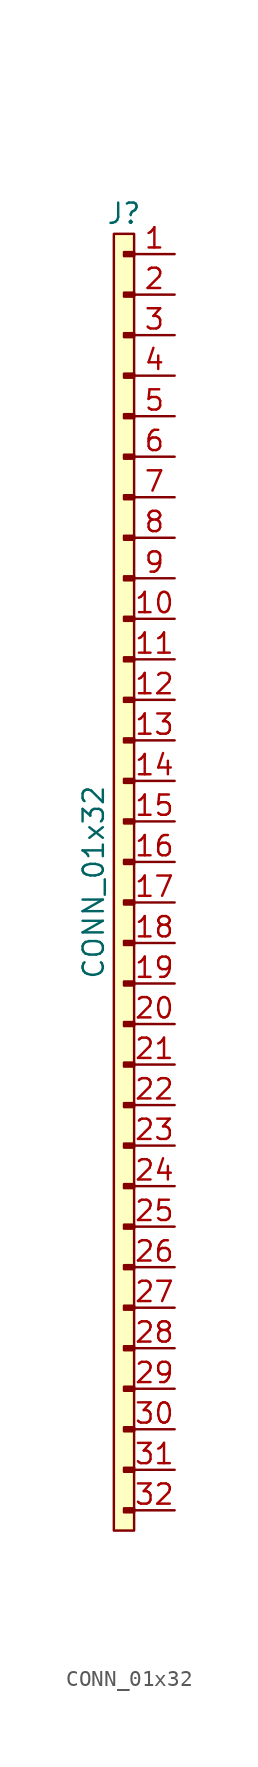
<source format=kicad_sym>
(kicad_symbol_lib
  (version 20211014)
  (generator agg_kicad.build_lib_connector)
  (symbol "CONN_01x32"
    (pin_names hide)
    (property Reference J
      (at -0.635 2.54 0)
      (effects (font (size 1.27 1.27))))
    (property Value "CONN_01x32"
      (at -2.54 -39.37 90)
      (effects (font (size 1.27 1.27))))
    (rectangle
      (start 0 -80.01)
      (end -1.27 1.27)
      (stroke (width 0) (type default) (color 0 0 0 0))
      (fill (type background)))
    (rectangle
      (start 0 0.127)
      (end -0.635 -0.127)
      (stroke (width 0) (type default) (color 0 0 0 0))
      (fill (type outline)))
    (rectangle
      (start 0 -2.413)
      (end -0.635 -2.667)
      (stroke (width 0) (type default) (color 0 0 0 0))
      (fill (type outline)))
    (rectangle
      (start 0 -4.953)
      (end -0.635 -5.207)
      (stroke (width 0) (type default) (color 0 0 0 0))
      (fill (type outline)))
    (rectangle
      (start 0 -7.493)
      (end -0.635 -7.747)
      (stroke (width 0) (type default) (color 0 0 0 0))
      (fill (type outline)))
    (rectangle
      (start 0 -10.033)
      (end -0.635 -10.287)
      (stroke (width 0) (type default) (color 0 0 0 0))
      (fill (type outline)))
    (rectangle
      (start 0 -12.573)
      (end -0.635 -12.827)
      (stroke (width 0) (type default) (color 0 0 0 0))
      (fill (type outline)))
    (rectangle
      (start 0 -15.113)
      (end -0.635 -15.367)
      (stroke (width 0) (type default) (color 0 0 0 0))
      (fill (type outline)))
    (rectangle
      (start 0 -17.653)
      (end -0.635 -17.907)
      (stroke (width 0) (type default) (color 0 0 0 0))
      (fill (type outline)))
    (rectangle
      (start 0 -20.193)
      (end -0.635 -20.447)
      (stroke (width 0) (type default) (color 0 0 0 0))
      (fill (type outline)))
    (rectangle
      (start 0 -22.733)
      (end -0.635 -22.987)
      (stroke (width 0) (type default) (color 0 0 0 0))
      (fill (type outline)))
    (rectangle
      (start 0 -25.273)
      (end -0.635 -25.527)
      (stroke (width 0) (type default) (color 0 0 0 0))
      (fill (type outline)))
    (rectangle
      (start 0 -27.813)
      (end -0.635 -28.067)
      (stroke (width 0) (type default) (color 0 0 0 0))
      (fill (type outline)))
    (rectangle
      (start 0 -30.353)
      (end -0.635 -30.607)
      (stroke (width 0) (type default) (color 0 0 0 0))
      (fill (type outline)))
    (rectangle
      (start 0 -32.893)
      (end -0.635 -33.147)
      (stroke (width 0) (type default) (color 0 0 0 0))
      (fill (type outline)))
    (rectangle
      (start 0 -35.433)
      (end -0.635 -35.687)
      (stroke (width 0) (type default) (color 0 0 0 0))
      (fill (type outline)))
    (rectangle
      (start 0 -37.973)
      (end -0.635 -38.227)
      (stroke (width 0) (type default) (color 0 0 0 0))
      (fill (type outline)))
    (rectangle
      (start 0 -40.513)
      (end -0.635 -40.767)
      (stroke (width 0) (type default) (color 0 0 0 0))
      (fill (type outline)))
    (rectangle
      (start 0 -43.053)
      (end -0.635 -43.307)
      (stroke (width 0) (type default) (color 0 0 0 0))
      (fill (type outline)))
    (rectangle
      (start 0 -45.593)
      (end -0.635 -45.847)
      (stroke (width 0) (type default) (color 0 0 0 0))
      (fill (type outline)))
    (rectangle
      (start 0 -48.133)
      (end -0.635 -48.387)
      (stroke (width 0) (type default) (color 0 0 0 0))
      (fill (type outline)))
    (rectangle
      (start 0 -50.673)
      (end -0.635 -50.927)
      (stroke (width 0) (type default) (color 0 0 0 0))
      (fill (type outline)))
    (rectangle
      (start 0 -53.213)
      (end -0.635 -53.467)
      (stroke (width 0) (type default) (color 0 0 0 0))
      (fill (type outline)))
    (rectangle
      (start 0 -55.753)
      (end -0.635 -56.007)
      (stroke (width 0) (type default) (color 0 0 0 0))
      (fill (type outline)))
    (rectangle
      (start 0 -58.293)
      (end -0.635 -58.547)
      (stroke (width 0) (type default) (color 0 0 0 0))
      (fill (type outline)))
    (rectangle
      (start 0 -60.833)
      (end -0.635 -61.087)
      (stroke (width 0) (type default) (color 0 0 0 0))
      (fill (type outline)))
    (rectangle
      (start 0 -63.373)
      (end -0.635 -63.627)
      (stroke (width 0) (type default) (color 0 0 0 0))
      (fill (type outline)))
    (rectangle
      (start 0 -65.913)
      (end -0.635 -66.167)
      (stroke (width 0) (type default) (color 0 0 0 0))
      (fill (type outline)))
    (rectangle
      (start 0 -68.453)
      (end -0.635 -68.707)
      (stroke (width 0) (type default) (color 0 0 0 0))
      (fill (type outline)))
    (rectangle
      (start 0 -70.993)
      (end -0.635 -71.247)
      (stroke (width 0) (type default) (color 0 0 0 0))
      (fill (type outline)))
    (rectangle
      (start 0 -73.533)
      (end -0.635 -73.787)
      (stroke (width 0) (type default) (color 0 0 0 0))
      (fill (type outline)))
    (rectangle
      (start 0 -76.073)
      (end -0.635 -76.327)
      (stroke (width 0) (type default) (color 0 0 0 0))
      (fill (type outline)))
    (rectangle
      (start 0 -78.613)
      (end -0.635 -78.867)
      (stroke (width 0) (type default) (color 0 0 0 0))
      (fill (type outline)))
    (pin passive line
      (at 2.54 0 180)
      (length 2.54)
      (name "1" (effects (font (size 1.27 1.27))))
      (number "1" (effects (font (size 1.27 1.27)))))
    (pin passive line
      (at 2.54 -2.54 180)
      (length 2.54)
      (name "2" (effects (font (size 1.27 1.27))))
      (number "2" (effects (font (size 1.27 1.27)))))
    (pin passive line
      (at 2.54 -5.08 180)
      (length 2.54)
      (name "3" (effects (font (size 1.27 1.27))))
      (number "3" (effects (font (size 1.27 1.27)))))
    (pin passive line
      (at 2.54 -7.62 180)
      (length 2.54)
      (name "4" (effects (font (size 1.27 1.27))))
      (number "4" (effects (font (size 1.27 1.27)))))
    (pin passive line
      (at 2.54 -10.16 180)
      (length 2.54)
      (name "5" (effects (font (size 1.27 1.27))))
      (number "5" (effects (font (size 1.27 1.27)))))
    (pin passive line
      (at 2.54 -12.7 180)
      (length 2.54)
      (name "6" (effects (font (size 1.27 1.27))))
      (number "6" (effects (font (size 1.27 1.27)))))
    (pin passive line
      (at 2.54 -15.24 180)
      (length 2.54)
      (name "7" (effects (font (size 1.27 1.27))))
      (number "7" (effects (font (size 1.27 1.27)))))
    (pin passive line
      (at 2.54 -17.78 180)
      (length 2.54)
      (name "8" (effects (font (size 1.27 1.27))))
      (number "8" (effects (font (size 1.27 1.27)))))
    (pin passive line
      (at 2.54 -20.32 180)
      (length 2.54)
      (name "9" (effects (font (size 1.27 1.27))))
      (number "9" (effects (font (size 1.27 1.27)))))
    (pin passive line
      (at 2.54 -22.86 180)
      (length 2.54)
      (name "10" (effects (font (size 1.27 1.27))))
      (number "10" (effects (font (size 1.27 1.27)))))
    (pin passive line
      (at 2.54 -25.4 180)
      (length 2.54)
      (name "11" (effects (font (size 1.27 1.27))))
      (number "11" (effects (font (size 1.27 1.27)))))
    (pin passive line
      (at 2.54 -27.94 180)
      (length 2.54)
      (name "12" (effects (font (size 1.27 1.27))))
      (number "12" (effects (font (size 1.27 1.27)))))
    (pin passive line
      (at 2.54 -30.48 180)
      (length 2.54)
      (name "13" (effects (font (size 1.27 1.27))))
      (number "13" (effects (font (size 1.27 1.27)))))
    (pin passive line
      (at 2.54 -33.02 180)
      (length 2.54)
      (name "14" (effects (font (size 1.27 1.27))))
      (number "14" (effects (font (size 1.27 1.27)))))
    (pin passive line
      (at 2.54 -35.56 180)
      (length 2.54)
      (name "15" (effects (font (size 1.27 1.27))))
      (number "15" (effects (font (size 1.27 1.27)))))
    (pin passive line
      (at 2.54 -38.1 180)
      (length 2.54)
      (name "16" (effects (font (size 1.27 1.27))))
      (number "16" (effects (font (size 1.27 1.27)))))
    (pin passive line
      (at 2.54 -40.64 180)
      (length 2.54)
      (name "17" (effects (font (size 1.27 1.27))))
      (number "17" (effects (font (size 1.27 1.27)))))
    (pin passive line
      (at 2.54 -43.18 180)
      (length 2.54)
      (name "18" (effects (font (size 1.27 1.27))))
      (number "18" (effects (font (size 1.27 1.27)))))
    (pin passive line
      (at 2.54 -45.72 180)
      (length 2.54)
      (name "19" (effects (font (size 1.27 1.27))))
      (number "19" (effects (font (size 1.27 1.27)))))
    (pin passive line
      (at 2.54 -48.26 180)
      (length 2.54)
      (name "20" (effects (font (size 1.27 1.27))))
      (number "20" (effects (font (size 1.27 1.27)))))
    (pin passive line
      (at 2.54 -50.8 180)
      (length 2.54)
      (name "21" (effects (font (size 1.27 1.27))))
      (number "21" (effects (font (size 1.27 1.27)))))
    (pin passive line
      (at 2.54 -53.34 180)
      (length 2.54)
      (name "22" (effects (font (size 1.27 1.27))))
      (number "22" (effects (font (size 1.27 1.27)))))
    (pin passive line
      (at 2.54 -55.88 180)
      (length 2.54)
      (name "23" (effects (font (size 1.27 1.27))))
      (number "23" (effects (font (size 1.27 1.27)))))
    (pin passive line
      (at 2.54 -58.42 180)
      (length 2.54)
      (name "24" (effects (font (size 1.27 1.27))))
      (number "24" (effects (font (size 1.27 1.27)))))
    (pin passive line
      (at 2.54 -60.96 180)
      (length 2.54)
      (name "25" (effects (font (size 1.27 1.27))))
      (number "25" (effects (font (size 1.27 1.27)))))
    (pin passive line
      (at 2.54 -63.5 180)
      (length 2.54)
      (name "26" (effects (font (size 1.27 1.27))))
      (number "26" (effects (font (size 1.27 1.27)))))
    (pin passive line
      (at 2.54 -66.04 180)
      (length 2.54)
      (name "27" (effects (font (size 1.27 1.27))))
      (number "27" (effects (font (size 1.27 1.27)))))
    (pin passive line
      (at 2.54 -68.58 180)
      (length 2.54)
      (name "28" (effects (font (size 1.27 1.27))))
      (number "28" (effects (font (size 1.27 1.27)))))
    (pin passive line
      (at 2.54 -71.12 180)
      (length 2.54)
      (name "29" (effects (font (size 1.27 1.27))))
      (number "29" (effects (font (size 1.27 1.27)))))
    (pin passive line
      (at 2.54 -73.66 180)
      (length 2.54)
      (name "30" (effects (font (size 1.27 1.27))))
      (number "30" (effects (font (size 1.27 1.27)))))
    (pin passive line
      (at 2.54 -76.2 180)
      (length 2.54)
      (name "31" (effects (font (size 1.27 1.27))))
      (number "31" (effects (font (size 1.27 1.27)))))
    (pin passive line
      (at 2.54 -78.74 180)
      (length 2.54)
      (name "32" (effects (font (size 1.27 1.27))))
      (number "32" (effects (font (size 1.27 1.27)))))))
</source>
